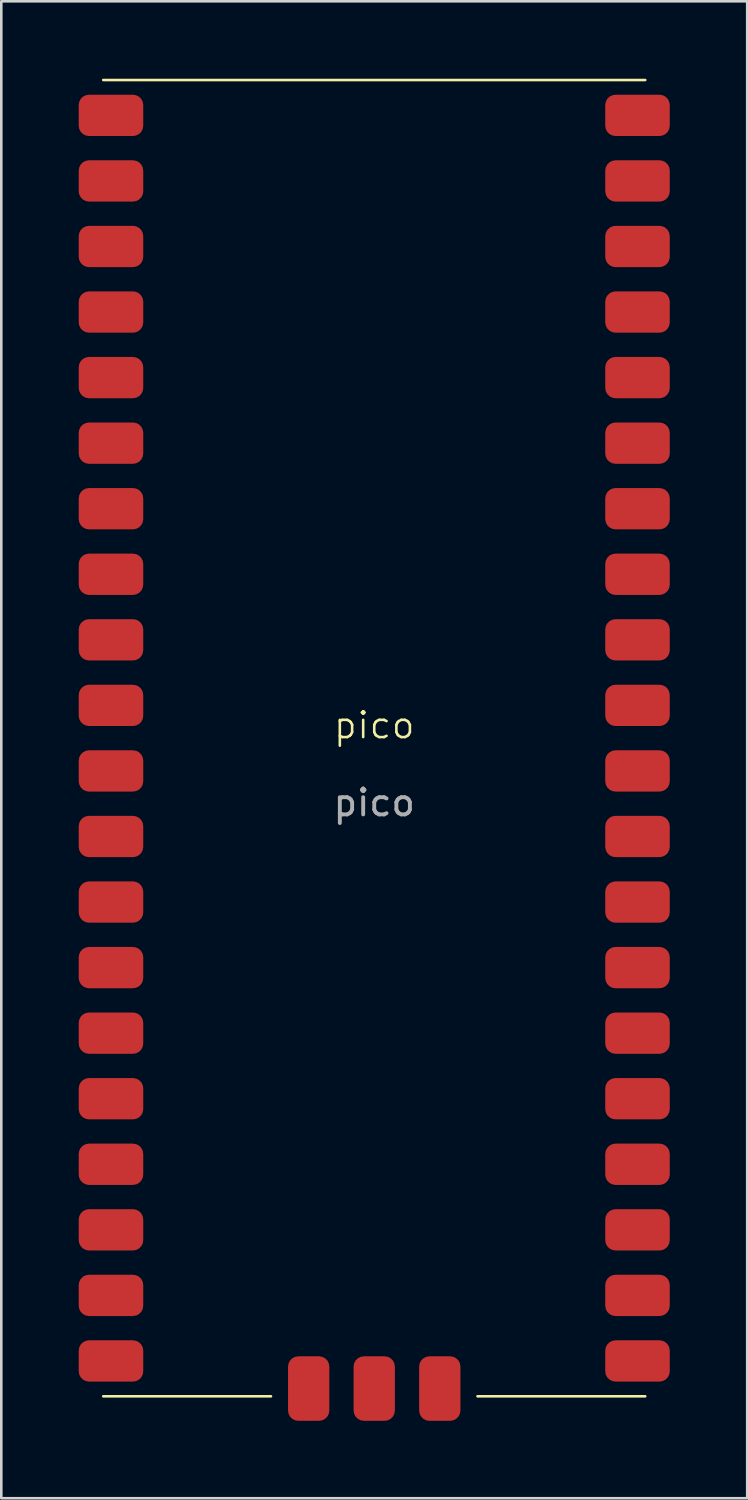
<source format=kicad_pcb>
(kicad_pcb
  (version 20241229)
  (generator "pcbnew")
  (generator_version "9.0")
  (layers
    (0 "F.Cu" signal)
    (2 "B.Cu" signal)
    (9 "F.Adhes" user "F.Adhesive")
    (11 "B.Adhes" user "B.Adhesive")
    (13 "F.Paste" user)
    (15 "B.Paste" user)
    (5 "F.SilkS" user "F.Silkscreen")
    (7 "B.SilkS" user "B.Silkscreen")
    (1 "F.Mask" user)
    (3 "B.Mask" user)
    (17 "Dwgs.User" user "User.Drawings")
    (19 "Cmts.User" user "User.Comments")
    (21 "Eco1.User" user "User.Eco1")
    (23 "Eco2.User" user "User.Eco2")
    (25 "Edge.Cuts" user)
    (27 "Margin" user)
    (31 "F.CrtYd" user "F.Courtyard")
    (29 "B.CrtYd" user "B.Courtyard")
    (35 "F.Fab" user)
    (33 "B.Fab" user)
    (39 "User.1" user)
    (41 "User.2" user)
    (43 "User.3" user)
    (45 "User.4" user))
  (footprint "pico"
    (layer "F.Cu")
    (at 11.45 25.55)
    (property "Reference" "pico" (at 0 -0.5 0) (unlocked yes) (layer "F.SilkS") (effects (font (size 1 1) (thickness 0.1))))
    (attr smd)
    (fp_line (start -10.5 25.5) (end -4 25.5) (stroke (width 0.1) (type default)) (layer "F.SilkS"))
    (fp_line (start 10.5 -25.5) (end -10.5 -25.5) (stroke (width 0.1) (type default)) (layer "F.SilkS"))
    (fp_line (start 10.5 25.5) (end 4 25.5) (stroke (width 0.1) (type default)) (layer "F.SilkS"))
    (fp_text user "${REFERENCE}" (at 0 2.5 0) (unlocked yes) (layer "F.Fab") (effects (font (size 1 1) (thickness 0.15))))
    (pad "0" smd roundrect (at -10.5 -24.13) (size 2.5 1.6) (drill (offset 0.3 0)) (layers "F.Cu" "F.Mask" "F.Paste") (roundrect_rratio 0.25))
    (pad "1" smd roundrect (at -10.5 -21.59) (size 2.5 1.6) (drill (offset 0.3 0)) (layers "F.Cu" "F.Mask" "F.Paste") (roundrect_rratio 0.25))
    (pad "2" smd roundrect (at -10.5 -16.51) (size 2.5 1.6) (drill (offset 0.3 0)) (layers "F.Cu" "F.Mask" "F.Paste") (roundrect_rratio 0.25))
    (pad "3" smd roundrect (at -10.5 -13.97) (size 2.5 1.6) (drill (offset 0.3 0)) (layers "F.Cu" "F.Mask" "F.Paste") (roundrect_rratio 0.25))
    (pad "4" smd roundrect (at -10.5 -11.43) (size 2.5 1.6) (drill (offset 0.3 0)) (layers "F.Cu" "F.Mask" "F.Paste") (roundrect_rratio 0.25))
    (pad "5" smd roundrect (at -10.5 -8.89) (size 2.5 1.6) (drill (offset 0.3 0)) (layers "F.Cu" "F.Mask" "F.Paste") (roundrect_rratio 0.25))
    (pad "6" smd roundrect (at -10.5 -3.81) (size 2.5 1.6) (drill (offset 0.3 0)) (layers "F.Cu" "F.Mask" "F.Paste") (roundrect_rratio 0.25))
    (pad "7" smd roundrect (at -10.5 -1.27) (size 2.5 1.6) (drill (offset 0.3 0)) (layers "F.Cu" "F.Mask" "F.Paste") (roundrect_rratio 0.25))
    (pad "8" smd roundrect (at -10.5 1.27) (size 2.5 1.6) (drill (offset 0.3 0)) (layers "F.Cu" "F.Mask" "F.Paste") (roundrect_rratio 0.25))
    (pad "9" smd roundrect (at -10.5 3.81) (size 2.5 1.6) (drill (offset 0.3 0)) (layers "F.Cu" "F.Mask" "F.Paste") (roundrect_rratio 0.25))
    (pad "10" smd roundrect (at -10.5 8.89) (size 2.5 1.6) (drill (offset 0.3 0)) (layers "F.Cu" "F.Mask" "F.Paste") (roundrect_rratio 0.25))
    (pad "11" smd roundrect (at -10.5 11.43) (size 2.5 1.6) (drill (offset 0.3 0)) (layers "F.Cu" "F.Mask" "F.Paste") (roundrect_rratio 0.25))
    (pad "12" smd roundrect (at -10.5 13.97) (size 2.5 1.6) (drill (offset 0.3 0)) (layers "F.Cu" "F.Mask" "F.Paste") (roundrect_rratio 0.25))
    (pad "13" smd roundrect (at -10.5 16.51) (size 2.5 1.6) (drill (offset 0.3 0)) (layers "F.Cu" "F.Mask" "F.Paste") (roundrect_rratio 0.25))
    (pad "14" smd roundrect (at -10.5 21.59) (size 2.5 1.6) (drill (offset 0.3 0)) (layers "F.Cu" "F.Mask" "F.Paste") (roundrect_rratio 0.25))
    (pad "15" smd roundrect (at -10.5 24.13) (size 2.5 1.6) (drill (offset 0.3 0)) (layers "F.Cu" "F.Mask" "F.Paste") (roundrect_rratio 0.25))
    (pad "16" smd roundrect (at 10.5 24.13) (size 2.5 1.6) (drill (offset -0.3 0)) (layers "F.Cu" "F.Mask" "F.Paste") (roundrect_rratio 0.25))
    (pad "17" smd roundrect (at 10.5 21.59) (size 2.5 1.6) (drill (offset -0.3 0)) (layers "F.Cu" "F.Mask" "F.Paste") (roundrect_rratio 0.25))
    (pad "18" smd roundrect (at 10.5 16.51) (size 2.5 1.6) (drill (offset -0.3 0)) (layers "F.Cu" "F.Mask" "F.Paste") (roundrect_rratio 0.25))
    (pad "19" smd roundrect (at 10.5 13.97) (size 2.5 1.6) (drill (offset -0.3 0)) (layers "F.Cu" "F.Mask" "F.Paste") (roundrect_rratio 0.25))
    (pad "20" smd roundrect (at 10.5 11.43) (size 2.5 1.6) (drill (offset -0.3 0)) (layers "F.Cu" "F.Mask" "F.Paste") (roundrect_rratio 0.25))
    (pad "21" smd roundrect (at 10.5 8.89) (size 2.5 1.6) (drill (offset -0.3 0)) (layers "F.Cu" "F.Mask" "F.Paste") (roundrect_rratio 0.25))
    (pad "22" smd roundrect (at 10.5 3.81) (size 2.5 1.6) (drill (offset -0.3 0)) (layers "F.Cu" "F.Mask" "F.Paste") (roundrect_rratio 0.25))
    (pad "26" smd roundrect (at 10.5 -1.27) (size 2.5 1.6) (drill (offset -0.3 0)) (layers "F.Cu" "F.Mask" "F.Paste") (roundrect_rratio 0.25))
    (pad "27" smd roundrect (at 10.5 -3.81) (size 2.5 1.6) (drill (offset -0.3 0)) (layers "F.Cu" "F.Mask" "F.Paste") (roundrect_rratio 0.25))
    (pad "28" smd roundrect (at 10.5 -8.89) (size 2.5 1.6) (drill (offset -0.3 0)) (layers "F.Cu" "F.Mask" "F.Paste") (roundrect_rratio 0.25))
    (pad "29" smd roundrect (at -10.5 -19.05) (size 2.5 1.6) (drill (offset 0.3 0)) (layers "F.Cu" "F.Mask" "F.Paste") (roundrect_rratio 0.25))
    (pad "29" smd roundrect (at -10.5 -6.35) (size 2.5 1.6) (drill (offset 0.3 0)) (layers "F.Cu" "F.Mask" "F.Paste") (roundrect_rratio 0.25))
    (pad "29" smd roundrect (at -10.5 6.35) (size 2.5 1.6) (drill (offset 0.3 0)) (layers "F.Cu" "F.Mask" "F.Paste") (roundrect_rratio 0.25))
    (pad "29" smd roundrect (at -10.5 19.05) (size 2.5 1.6) (drill (offset 0.3 0)) (layers "F.Cu" "F.Mask" "F.Paste") (roundrect_rratio 0.25))
    (pad "29" smd roundrect (at 0 25.5 90) (size 2.5 1.6) (drill (offset 0.3 0)) (layers "F.Cu" "F.Mask" "F.Paste") (roundrect_rratio 0.25))
    (pad "29" smd roundrect (at 10.5 -19.05) (size 2.5 1.6) (drill (offset -0.3 0)) (layers "F.Cu" "F.Mask" "F.Paste") (roundrect_rratio 0.25))
    (pad "29" smd roundrect (at 10.5 -6.35) (size 2.5 1.6) (drill (offset -0.3 0)) (layers "F.Cu" "F.Mask" "F.Paste") (roundrect_rratio 0.25))
    (pad "29" smd roundrect (at 10.5 6.35) (size 2.5 1.6) (drill (offset -0.3 0)) (layers "F.Cu" "F.Mask" "F.Paste") (roundrect_rratio 0.25))
    (pad "29" smd roundrect (at 10.5 19.05) (size 2.5 1.6) (drill (offset -0.3 0)) (layers "F.Cu" "F.Mask" "F.Paste") (roundrect_rratio 0.25))
    (pad "30" smd roundrect (at 10.5 -11.43) (size 2.5 1.6) (drill (offset -0.3 0)) (layers "F.Cu" "F.Mask" "F.Paste") (roundrect_rratio 0.25))
    (pad "31" smd roundrect (at -2.54 25.5 90) (size 2.5 1.6) (drill (offset 0.3 0)) (layers "F.Cu" "F.Mask" "F.Paste") (roundrect_rratio 0.25))
    (pad "32" smd roundrect (at 2.54 25.5 90) (size 2.5 1.6) (drill (offset 0.3 0)) (layers "F.Cu" "F.Mask" "F.Paste") (roundrect_rratio 0.25))
    (pad "33" smd roundrect (at 10.5 -13.97) (size 2.5 1.6) (drill (offset -0.3 0)) (layers "F.Cu" "F.Mask" "F.Paste") (roundrect_rratio 0.25))
    (pad "34" smd roundrect (at 10.5 -16.51) (size 2.5 1.6) (drill (offset -0.3 0)) (layers "F.Cu" "F.Mask" "F.Paste") (roundrect_rratio 0.25))
    (pad "35" smd roundrect (at 10.5 -21.59) (size 2.5 1.6) (drill (offset -0.3 0)) (layers "F.Cu" "F.Mask" "F.Paste") (roundrect_rratio 0.25))
    (pad "36" smd roundrect (at 10.5 -24.13) (size 2.5 1.6) (drill (offset -0.3 0)) (layers "F.Cu" "F.Mask" "F.Paste") (roundrect_rratio 0.25))
    (pad "37" smd roundrect (at 10.5 1.27) (size 2.5 1.6) (drill (offset -0.3 0)) (layers "F.Cu" "F.Mask" "F.Paste") (roundrect_rratio 0.25)))
  (gr_rect
    (start -3 -3)
    (end 25.9 55)
    (stroke (width 0.1) (type default))
    (fill no)
    (layer "Edge.Cuts")))
</source>
